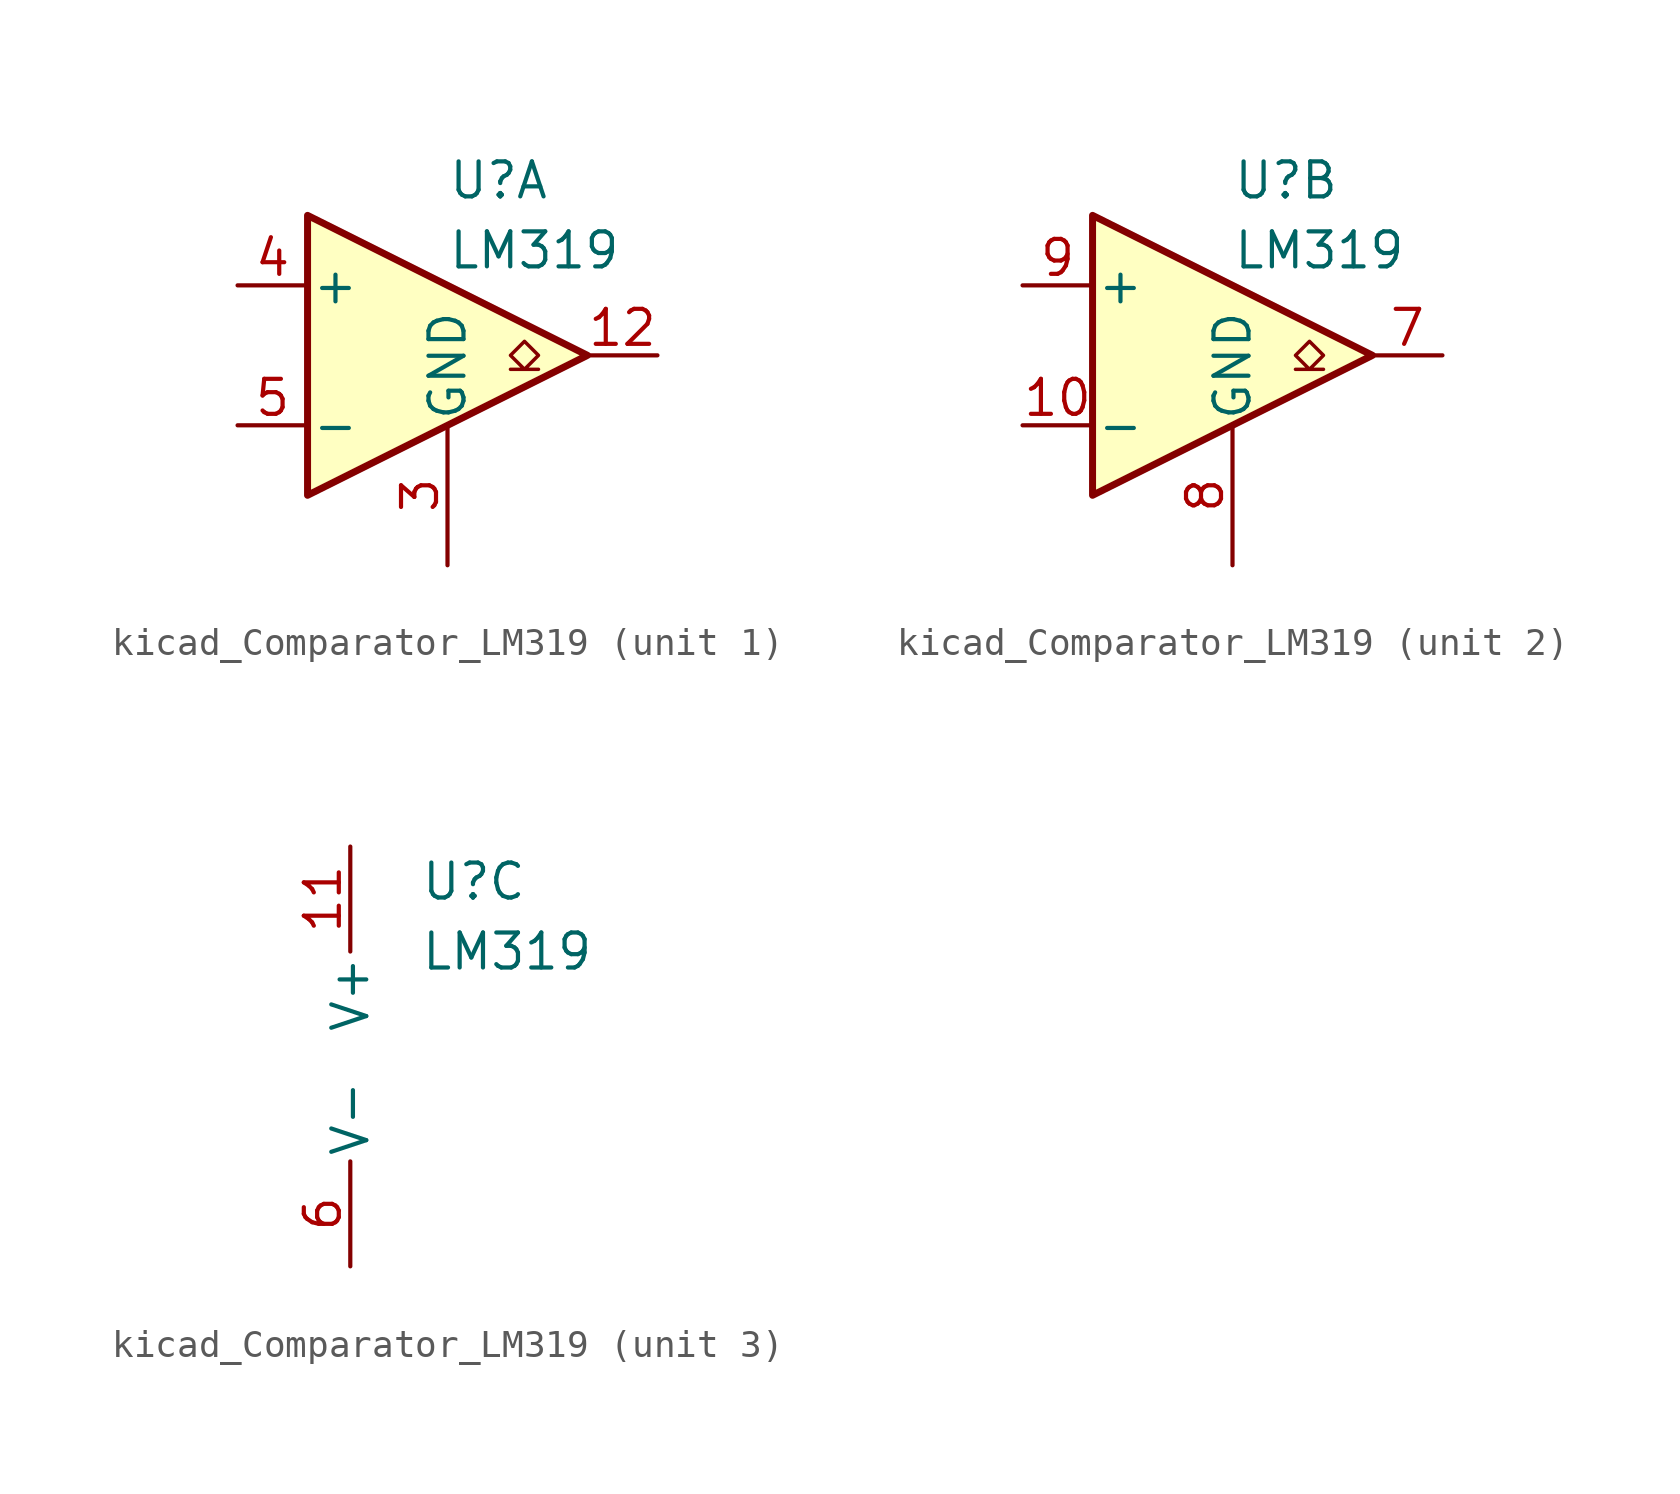
<source format=kicad_sym>
(kicad_symbol_lib
  (version 20220914)
  (generator kicad_symbol_editor)
  (symbol "kicad_Comparator_LM319"
    (pin_names
      (offset 0.127))
    (property "Reference" "U"
      (at 0 6.35 0)
      (effects (font (size 1.27 1.27)) (justify left)))
    (property "Value" "LM319"
      (at 0 3.81 0)
      (effects (font (size 1.27 1.27)) (justify left)))
    (property "ki_locked" ""
      (at 0 0 0)
      (effects (font (size 1.27 1.27))))
    (symbol "kicad_Comparator_LM319_1_1"
      (polyline (pts (xy -5.08 5.08) (xy 5.08 0) (xy -5.08 -5.08) (xy -5.08 5.08) (xy -5.08 5.08)) (stroke (width 0.254) (type default)) (fill (type background)))
      (polyline (pts (xy 2.286 -0.508) (xy 2.794 -0.508) (xy 2.286 0) (xy 2.794 0.508) (xy 3.302 0) (xy 2.794 -0.508) (xy 3.302 -0.508)) (stroke (width 0.127) (type default)) (fill (type none)))
      (pin no_connect line (at 0 -2.54 90) (length 2.54) hide (name "NC" (effects (font (size 1.27 1.27)))) (number "1" (effects (font (size 1.27 1.27)))))
      (pin open_collector line (at 7.62 0 180) (length 2.54) (name "~" (effects (font (size 1.27 1.27)))) (number "12" (effects (font (size 1.27 1.27)))))
      (pin no_connect line (at 0 2.54 270) (length 2.54) hide (name "NC" (effects (font (size 1.27 1.27)))) (number "2" (effects (font (size 1.27 1.27)))))
      (pin passive line (at 0 -7.62 90) (length 5.08) (name "GND" (effects (font (size 1.27 1.27)))) (number "3" (effects (font (size 1.27 1.27)))))
      (pin input line (at -7.62 2.54 0) (length 2.54) (name "+" (effects (font (size 1.27 1.27)))) (number "4" (effects (font (size 1.27 1.27)))))
      (pin input line (at -7.62 -2.54 0) (length 2.54) (name "-" (effects (font (size 1.27 1.27)))) (number "5" (effects (font (size 1.27 1.27))))))
    (symbol "kicad_Comparator_LM319_2_1"
      (polyline (pts (xy -5.08 5.08) (xy 5.08 0) (xy -5.08 -5.08) (xy -5.08 5.08) (xy -5.08 5.08)) (stroke (width 0.254) (type default)) (fill (type background)))
      (polyline (pts (xy 3.302 -0.508) (xy 2.794 -0.508) (xy 3.302 0) (xy 2.794 0.508) (xy 2.286 0) (xy 2.794 -0.508) (xy 2.286 -0.508)) (stroke (width 0.127) (type default)) (fill (type none)))
      (pin input line (at -7.62 -2.54 0) (length 2.54) (name "-" (effects (font (size 1.27 1.27)))) (number "10" (effects (font (size 1.27 1.27)))))
      (pin no_connect line (at 0 -2.54 90) (length 2.54) hide (name "NC" (effects (font (size 1.27 1.27)))) (number "13" (effects (font (size 1.27 1.27)))))
      (pin no_connect line (at 0 2.54 270) (length 2.54) hide (name "NC" (effects (font (size 1.27 1.27)))) (number "14" (effects (font (size 1.27 1.27)))))
      (pin open_collector line (at 7.62 0 180) (length 2.54) (name "~" (effects (font (size 1.27 1.27)))) (number "7" (effects (font (size 1.27 1.27)))))
      (pin passive line (at 0 -7.62 90) (length 5.08) (name "GND" (effects (font (size 1.27 1.27)))) (number "8" (effects (font (size 1.27 1.27)))))
      (pin input line (at -7.62 2.54 0) (length 2.54) (name "+" (effects (font (size 1.27 1.27)))) (number "9" (effects (font (size 1.27 1.27))))))
    (symbol "kicad_Comparator_LM319_3_1"
      (pin power_in line (at -2.54 7.62 270) (length 3.81) (name "V+" (effects (font (size 1.27 1.27)))) (number "11" (effects (font (size 1.27 1.27)))))
      (pin power_in line (at -2.54 -7.62 90) (length 3.81) (name "V-" (effects (font (size 1.27 1.27)))) (number "6" (effects (font (size 1.27 1.27))))))))
</source>
